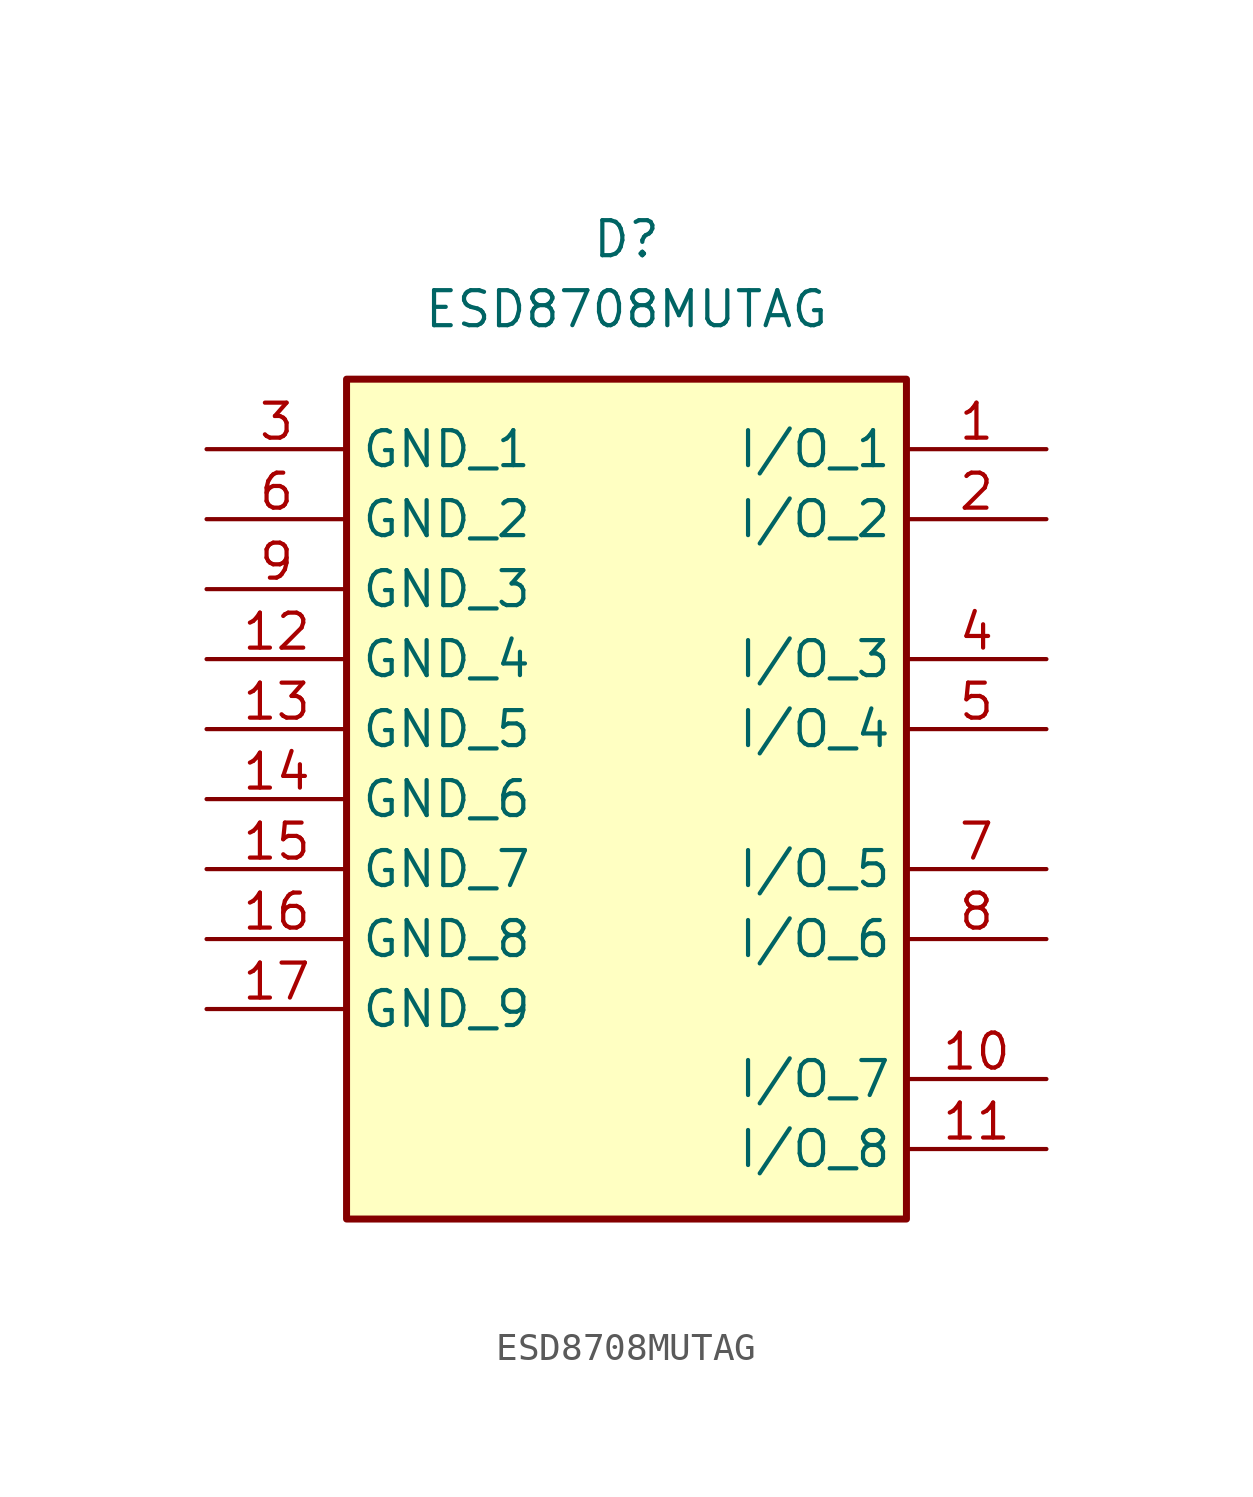
<source format=kicad_sym>
(kicad_symbol_lib
  (version 20231120)
  (generator "kicad_symbol_editor")
  (generator_version "8.0")
  (symbol "ESD8708MUTAG"
    (property "Reference" "D"
      (at 0 5.08 0)
      (effects (font (size 1.27 1.27))))
    (property "Value" "ESD8708MUTAG"
      (at 0 2.54 0)
      (effects (font (size 1.27 1.27))))
    (symbol "ESD8708MUTAG_1_1"
      (rectangle (start -10.16 0) (end 10.16 -30.48) (stroke (width 0.254) (type default)) (fill (type background)))
      (pin passive line (at 15.24 -2.54 180) (length 5.08) (name "I/O_1" (effects (font (size 1.27 1.27)))) (number "1" (effects (font (size 1.27 1.27)))))
      (pin passive line (at 15.24 -25.4 180) (length 5.08) (name "I/O_7" (effects (font (size 1.27 1.27)))) (number "10" (effects (font (size 1.27 1.27)))))
      (pin passive line (at 15.24 -27.94 180) (length 5.08) (name "I/O_8" (effects (font (size 1.27 1.27)))) (number "11" (effects (font (size 1.27 1.27)))))
      (pin passive line (at -15.24 -10.16 0) (length 5.08) (name "GND_4" (effects (font (size 1.27 1.27)))) (number "12" (effects (font (size 1.27 1.27)))))
      (pin passive line (at -15.24 -12.7 0) (length 5.08) (name "GND_5" (effects (font (size 1.27 1.27)))) (number "13" (effects (font (size 1.27 1.27)))))
      (pin passive line (at -15.24 -15.24 0) (length 5.08) (name "GND_6" (effects (font (size 1.27 1.27)))) (number "14" (effects (font (size 1.27 1.27)))))
      (pin passive line (at -15.24 -17.78 0) (length 5.08) (name "GND_7" (effects (font (size 1.27 1.27)))) (number "15" (effects (font (size 1.27 1.27)))))
      (pin passive line (at -15.24 -20.32 0) (length 5.08) (name "GND_8" (effects (font (size 1.27 1.27)))) (number "16" (effects (font (size 1.27 1.27)))))
      (pin passive line (at -15.24 -22.86 0) (length 5.08) (name "GND_9" (effects (font (size 1.27 1.27)))) (number "17" (effects (font (size 1.27 1.27)))))
      (pin passive line (at 15.24 -5.08 180) (length 5.08) (name "I/O_2" (effects (font (size 1.27 1.27)))) (number "2" (effects (font (size 1.27 1.27)))))
      (pin passive line (at -15.24 -2.54 0) (length 5.08) (name "GND_1" (effects (font (size 1.27 1.27)))) (number "3" (effects (font (size 1.27 1.27)))))
      (pin passive line (at 15.24 -10.16 180) (length 5.08) (name "I/O_3" (effects (font (size 1.27 1.27)))) (number "4" (effects (font (size 1.27 1.27)))))
      (pin passive line (at 15.24 -12.7 180) (length 5.08) (name "I/O_4" (effects (font (size 1.27 1.27)))) (number "5" (effects (font (size 1.27 1.27)))))
      (pin passive line (at -15.24 -5.08 0) (length 5.08) (name "GND_2" (effects (font (size 1.27 1.27)))) (number "6" (effects (font (size 1.27 1.27)))))
      (pin passive line (at 15.24 -17.78 180) (length 5.08) (name "I/O_5" (effects (font (size 1.27 1.27)))) (number "7" (effects (font (size 1.27 1.27)))))
      (pin passive line (at 15.24 -20.32 180) (length 5.08) (name "I/O_6" (effects (font (size 1.27 1.27)))) (number "8" (effects (font (size 1.27 1.27)))))
      (pin passive line (at -15.24 -7.62 0) (length 5.08) (name "GND_3" (effects (font (size 1.27 1.27)))) (number "9" (effects (font (size 1.27 1.27))))))))
</source>
